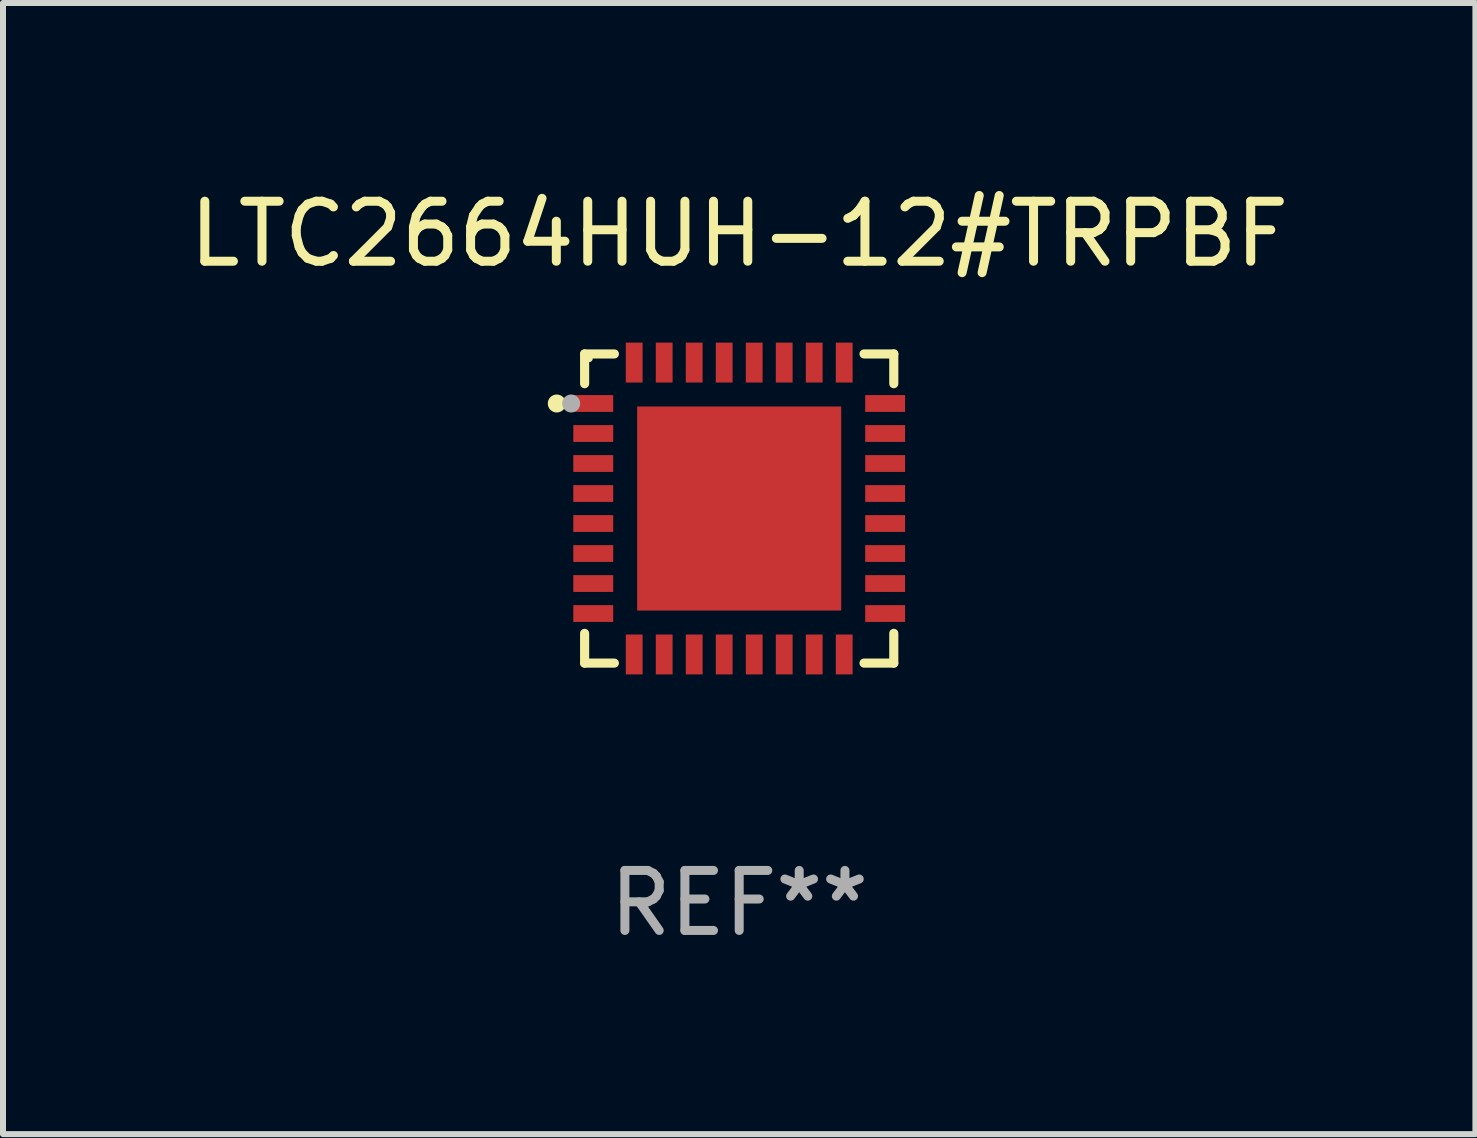
<source format=kicad_pcb>
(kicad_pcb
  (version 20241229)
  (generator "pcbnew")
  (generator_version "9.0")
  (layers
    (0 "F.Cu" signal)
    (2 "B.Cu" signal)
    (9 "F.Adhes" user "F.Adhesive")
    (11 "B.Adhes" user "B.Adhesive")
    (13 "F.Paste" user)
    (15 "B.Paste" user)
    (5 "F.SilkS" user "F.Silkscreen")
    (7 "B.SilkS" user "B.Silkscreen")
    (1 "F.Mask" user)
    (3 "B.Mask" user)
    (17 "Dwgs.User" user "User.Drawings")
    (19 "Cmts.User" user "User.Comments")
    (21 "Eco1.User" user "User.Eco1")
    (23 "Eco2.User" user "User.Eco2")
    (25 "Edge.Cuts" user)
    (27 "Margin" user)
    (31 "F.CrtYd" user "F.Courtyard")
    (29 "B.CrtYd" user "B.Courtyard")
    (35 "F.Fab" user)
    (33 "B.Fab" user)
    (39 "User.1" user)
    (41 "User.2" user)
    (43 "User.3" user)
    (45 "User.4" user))
  (footprint "LTC2664HUH-12#TRPBF"
    (layer "F.Cu")
    (at 9.268 5.424)
    (property "Reference" "LTC2664HUH-12#TRPBF" (at 0 -4.576 0) (layer "F.SilkS") (effects (font (size 1 1) (thickness 0.15))))
    (attr through_hole)
    (fp_line (start -2.576 -2.576) (end -2.576 -2.08) (stroke (width 0.152) (type solid)) (layer "F.SilkS"))
    (fp_line (start -2.576 2.576) (end -2.576 2.08) (stroke (width 0.152) (type solid)) (layer "F.SilkS"))
    (fp_line (start -2.08 -2.576) (end -2.576 -2.576) (stroke (width 0.152) (type solid)) (layer "F.SilkS"))
    (fp_line (start -2.08 2.576) (end -2.576 2.576) (stroke (width 0.152) (type solid)) (layer "F.SilkS"))
    (fp_line (start 2.08 -2.576) (end 2.576 -2.576) (stroke (width 0.152) (type solid)) (layer "F.SilkS"))
    (fp_line (start 2.08 2.576) (end 2.576 2.576) (stroke (width 0.152) (type solid)) (layer "F.SilkS"))
    (fp_line (start 2.576 -2.576) (end 2.576 -2.08) (stroke (width 0.152) (type solid)) (layer "F.SilkS"))
    (fp_line (start 2.576 2.576) (end 2.576 2.08) (stroke (width 0.152) (type solid)) (layer "F.SilkS"))
    (fp_circle (center -3.04 -1.75) (end -2.965 -1.75) (stroke (width 0.15) (type solid)) (fill no) (layer "F.SilkS"))
    (fp_circle (center -2.5 -2.5) (end -2.47 -2.5) (stroke (width 0.06) (type solid)) (fill no) (layer "F.SilkS"))
    (fp_circle (center -2.8 -1.75) (end -2.725 -1.75) (stroke (width 0.15) (type solid)) (fill no) (layer "F.Fab"))
    (fp_text user "REF**" (at 0 6.576 0) (layer "F.Fab") (effects (font (size 1 1) (thickness 0.15))))
    (pad "1" smd rect (at -2.432 -1.75) (size 0.665 0.28) (layers "F.Cu" "F.Mask" "F.Paste"))
    (pad "2" smd rect (at -2.432 -1.25) (size 0.665 0.28) (layers "F.Cu" "F.Mask" "F.Paste"))
    (pad "3" smd rect (at -2.432 -0.75) (size 0.665 0.28) (layers "F.Cu" "F.Mask" "F.Paste"))
    (pad "4" smd rect (at -2.432 -0.25) (size 0.665 0.28) (layers "F.Cu" "F.Mask" "F.Paste"))
    (pad "5" smd rect (at -2.432 0.25) (size 0.665 0.28) (layers "F.Cu" "F.Mask" "F.Paste"))
    (pad "6" smd rect (at -2.432 0.75) (size 0.665 0.28) (layers "F.Cu" "F.Mask" "F.Paste"))
    (pad "7" smd rect (at -2.432 1.25) (size 0.665 0.28) (layers "F.Cu" "F.Mask" "F.Paste"))
    (pad "8" smd rect (at -2.432 1.75) (size 0.665 0.28) (layers "F.Cu" "F.Mask" "F.Paste"))
    (pad "9" smd rect (at -1.75 2.432) (size 0.28 0.665) (layers "F.Cu" "F.Mask" "F.Paste"))
    (pad "10" smd rect (at -1.25 2.432) (size 0.28 0.665) (layers "F.Cu" "F.Mask" "F.Paste"))
    (pad "11" smd rect (at -0.75 2.432) (size 0.28 0.665) (layers "F.Cu" "F.Mask" "F.Paste"))
    (pad "12" smd rect (at -0.25 2.432) (size 0.28 0.665) (layers "F.Cu" "F.Mask" "F.Paste"))
    (pad "13" smd rect (at 0.25 2.432) (size 0.28 0.665) (layers "F.Cu" "F.Mask" "F.Paste"))
    (pad "14" smd rect (at 0.75 2.432) (size 0.28 0.665) (layers "F.Cu" "F.Mask" "F.Paste"))
    (pad "15" smd rect (at 1.25 2.432) (size 0.28 0.665) (layers "F.Cu" "F.Mask" "F.Paste"))
    (pad "16" smd rect (at 1.75 2.432) (size 0.28 0.665) (layers "F.Cu" "F.Mask" "F.Paste"))
    (pad "17" smd rect (at 2.432 1.75) (size 0.665 0.28) (layers "F.Cu" "F.Mask" "F.Paste"))
    (pad "18" smd rect (at 2.432 1.25) (size 0.665 0.28) (layers "F.Cu" "F.Mask" "F.Paste"))
    (pad "19" smd rect (at 2.432 0.75) (size 0.665 0.28) (layers "F.Cu" "F.Mask" "F.Paste"))
    (pad "20" smd rect (at 2.432 0.25) (size 0.665 0.28) (layers "F.Cu" "F.Mask" "F.Paste"))
    (pad "21" smd rect (at 2.432 -0.25) (size 0.665 0.28) (layers "F.Cu" "F.Mask" "F.Paste"))
    (pad "22" smd rect (at 2.432 -0.75) (size 0.665 0.28) (layers "F.Cu" "F.Mask" "F.Paste"))
    (pad "23" smd rect (at 2.432 -1.25) (size 0.665 0.28) (layers "F.Cu" "F.Mask" "F.Paste"))
    (pad "24" smd rect (at 2.432 -1.75) (size 0.665 0.28) (layers "F.Cu" "F.Mask" "F.Paste"))
    (pad "25" smd rect (at 1.75 -2.432) (size 0.28 0.665) (layers "F.Cu" "F.Mask" "F.Paste"))
    (pad "26" smd rect (at 1.25 -2.432) (size 0.28 0.665) (layers "F.Cu" "F.Mask" "F.Paste"))
    (pad "27" smd rect (at 0.75 -2.432) (size 0.28 0.665) (layers "F.Cu" "F.Mask" "F.Paste"))
    (pad "28" smd rect (at 0.25 -2.432) (size 0.28 0.665) (layers "F.Cu" "F.Mask" "F.Paste"))
    (pad "29" smd rect (at -0.25 -2.432) (size 0.28 0.665) (layers "F.Cu" "F.Mask" "F.Paste"))
    (pad "30" smd rect (at -0.75 -2.432) (size 0.28 0.665) (layers "F.Cu" "F.Mask" "F.Paste"))
    (pad "31" smd rect (at -1.25 -2.432) (size 0.28 0.665) (layers "F.Cu" "F.Mask" "F.Paste"))
    (pad "32" smd rect (at -1.75 -2.432) (size 0.28 0.665) (layers "F.Cu" "F.Mask" "F.Paste"))
    (pad "33" smd rect (at 0 0) (size 3.4 3.4) (layers "F.Cu" "F.Mask" "F.Paste")))
  (gr_rect
    (start -3 -3)
    (end 21.536 15.849)
    (stroke (width 0.1) (type default))
    (fill no)
    (layer "Edge.Cuts")))
</source>
